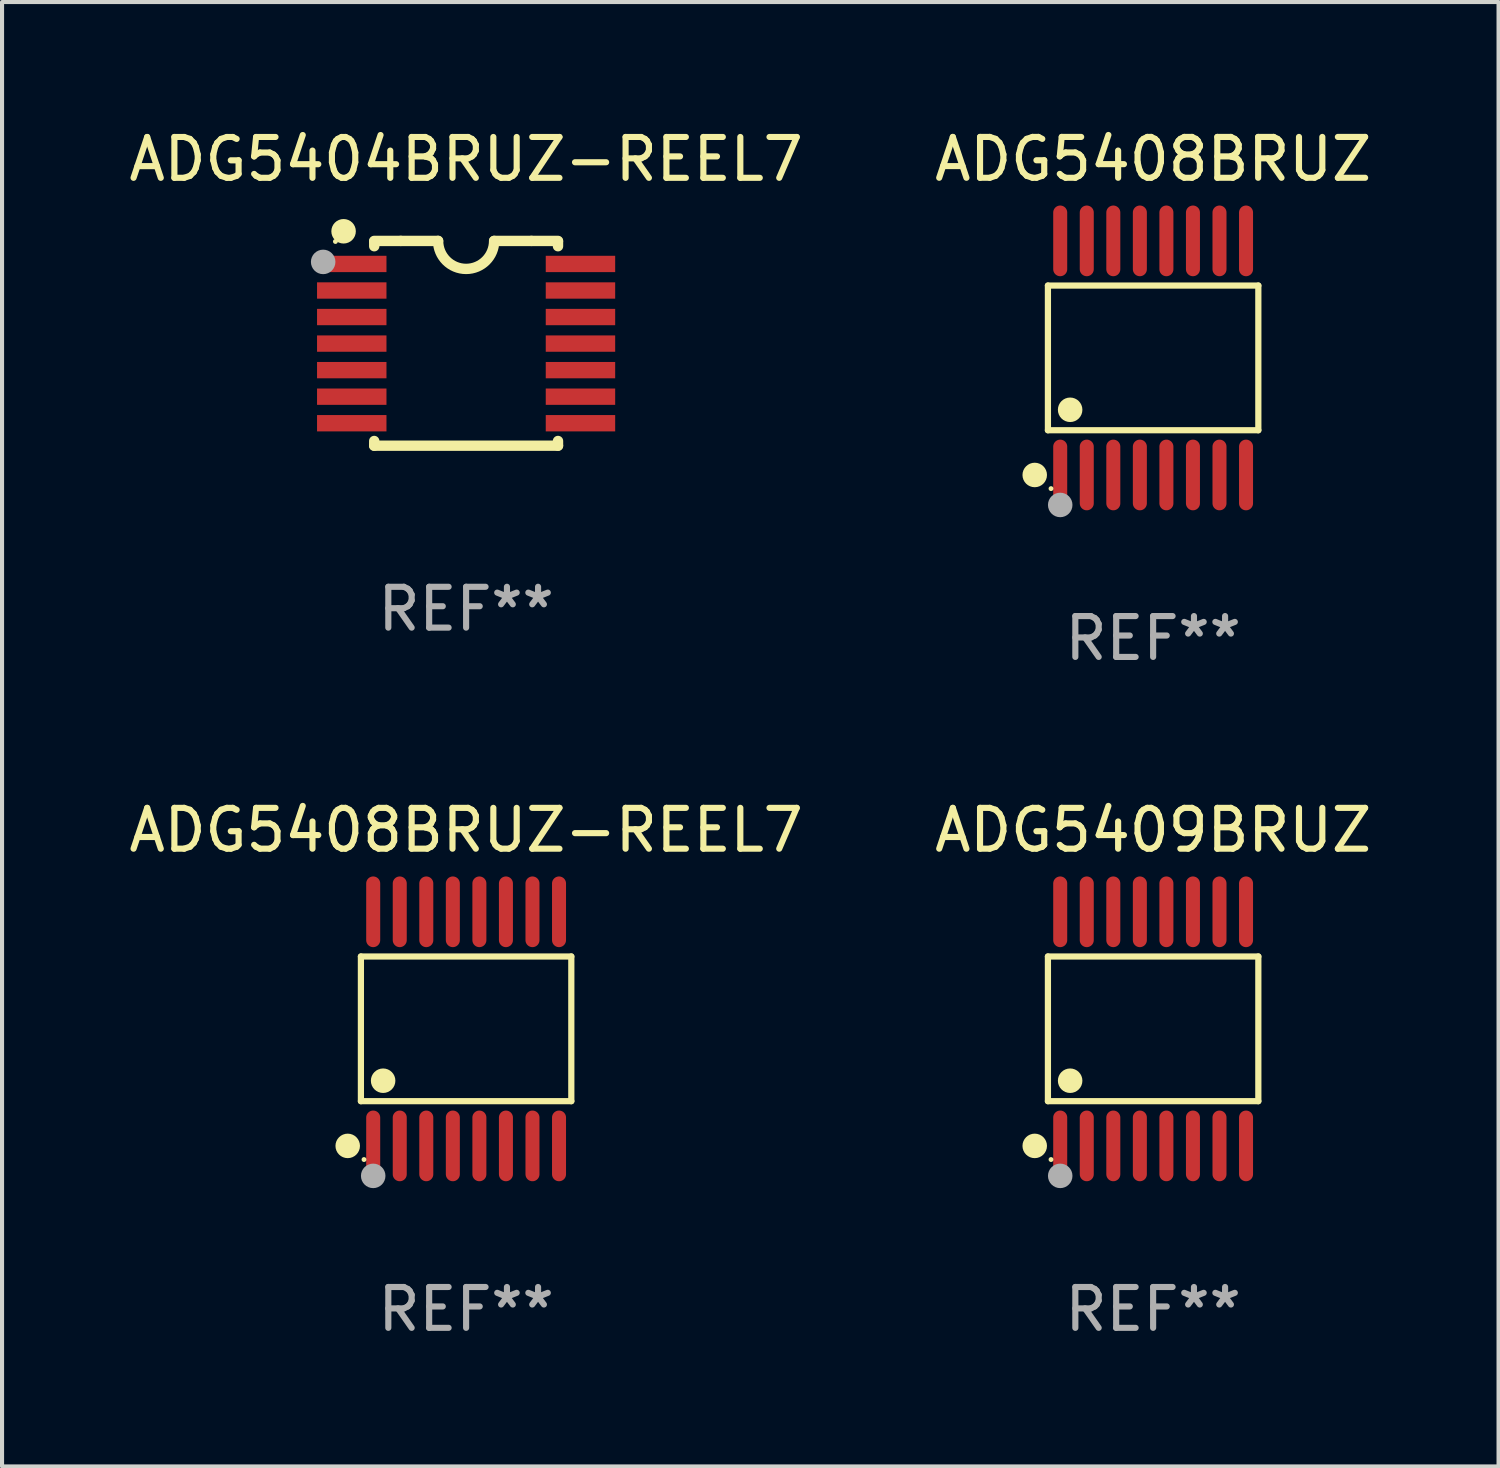
<source format=kicad_pcb>
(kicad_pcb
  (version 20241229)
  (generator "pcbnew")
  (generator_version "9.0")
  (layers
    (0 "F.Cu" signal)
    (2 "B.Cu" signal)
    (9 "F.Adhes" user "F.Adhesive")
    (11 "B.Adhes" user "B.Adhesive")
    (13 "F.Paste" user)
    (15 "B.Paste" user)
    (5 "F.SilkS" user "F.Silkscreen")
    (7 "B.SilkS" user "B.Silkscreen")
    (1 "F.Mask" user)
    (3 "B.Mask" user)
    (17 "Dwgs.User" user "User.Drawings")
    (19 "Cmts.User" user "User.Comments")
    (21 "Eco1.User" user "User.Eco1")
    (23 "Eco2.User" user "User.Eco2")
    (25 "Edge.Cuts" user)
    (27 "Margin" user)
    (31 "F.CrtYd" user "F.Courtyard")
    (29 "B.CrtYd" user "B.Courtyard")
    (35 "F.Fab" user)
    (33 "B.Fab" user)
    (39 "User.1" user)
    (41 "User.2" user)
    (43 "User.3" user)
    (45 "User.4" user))
  (footprint "ADG5408BRUZ-REEL7"
    (layer "F.Cu")
    (at 8.363 22.142)
    (property "Reference" "ADG5408BRUZ-REEL7" (at 0 -4.866 0) (layer "F.SilkS") (effects (font (size 1 1) (thickness 0.15))))
    (attr through_hole)
    (fp_line (start -2.576 -1.772) (end 2.576 -1.772) (stroke (width 0.152) (type solid)) (layer "F.SilkS"))
    (fp_line (start -2.576 1.771) (end -2.576 -1.772) (stroke (width 0.152) (type solid)) (layer "F.SilkS"))
    (fp_line (start 2.576 -1.772) (end 2.576 1.771) (stroke (width 0.152) (type solid)) (layer "F.SilkS"))
    (fp_line (start 2.576 1.771) (end -2.576 1.771) (stroke (width 0.152) (type solid)) (layer "F.SilkS"))
    (fp_circle (center -2.899 2.866) (end -2.749 2.866) (stroke (width 0.3) (type solid)) (fill no) (layer "F.SilkS"))
    (fp_circle (center -2.5 3.2) (end -2.47 3.2) (stroke (width 0.06) (type solid)) (fill no) (layer "F.SilkS"))
    (fp_circle (center -2.032 1.27) (end -1.882 1.27) (stroke (width 0.3) (type solid)) (fill no) (layer "F.SilkS"))
    (fp_circle (center -2.275 3.6) (end -2.125 3.6) (stroke (width 0.3) (type solid)) (fill no) (layer "F.Fab"))
    (fp_text user "REF**" (at 0 6.866 0) (layer "F.Fab") (effects (font (size 1 1) (thickness 0.15))))
    (pad "1" smd oval (at -2.275 2.866) (size 0.343 1.731) (layers "F.Cu" "F.Mask" "F.Paste"))
    (pad "2" smd oval (at -1.625 2.866) (size 0.343 1.731) (layers "F.Cu" "F.Mask" "F.Paste"))
    (pad "3" smd oval (at -0.975 2.866) (size 0.343 1.731) (layers "F.Cu" "F.Mask" "F.Paste"))
    (pad "4" smd oval (at -0.325 2.866) (size 0.343 1.731) (layers "F.Cu" "F.Mask" "F.Paste"))
    (pad "5" smd oval (at 0.325 2.866) (size 0.343 1.731) (layers "F.Cu" "F.Mask" "F.Paste"))
    (pad "6" smd oval (at 0.975 2.866) (size 0.343 1.731) (layers "F.Cu" "F.Mask" "F.Paste"))
    (pad "7" smd oval (at 1.625 2.866) (size 0.343 1.731) (layers "F.Cu" "F.Mask" "F.Paste"))
    (pad "8" smd oval (at 2.275 2.866) (size 0.343 1.731) (layers "F.Cu" "F.Mask" "F.Paste"))
    (pad "9" smd oval (at 2.275 -2.866) (size 0.343 1.731) (layers "F.Cu" "F.Mask" "F.Paste"))
    (pad "10" smd oval (at 1.625 -2.866) (size 0.343 1.731) (layers "F.Cu" "F.Mask" "F.Paste"))
    (pad "11" smd oval (at 0.975 -2.866) (size 0.343 1.731) (layers "F.Cu" "F.Mask" "F.Paste"))
    (pad "12" smd oval (at 0.325 -2.866) (size 0.343 1.731) (layers "F.Cu" "F.Mask" "F.Paste"))
    (pad "13" smd oval (at -0.325 -2.866) (size 0.343 1.731) (layers "F.Cu" "F.Mask" "F.Paste"))
    (pad "14" smd oval (at -0.975 -2.866) (size 0.343 1.731) (layers "F.Cu" "F.Mask" "F.Paste"))
    (pad "15" smd oval (at -1.625 -2.866) (size 0.343 1.731) (layers "F.Cu" "F.Mask" "F.Paste"))
    (pad "16" smd oval (at -2.275 -2.866) (size 0.343 1.731) (layers "F.Cu" "F.Mask" "F.Paste")))
  (footprint "ADG5409BRUZ"
    (layer "F.Cu")
    (at 25.185 22.142)
    (property "Reference" "ADG5409BRUZ" (at 0 -4.866 0) (layer "F.SilkS") (effects (font (size 1 1) (thickness 0.15))))
    (attr through_hole)
    (fp_line (start -2.576 -1.772) (end 2.576 -1.772) (stroke (width 0.152) (type solid)) (layer "F.SilkS"))
    (fp_line (start -2.576 1.771) (end -2.576 -1.772) (stroke (width 0.152) (type solid)) (layer "F.SilkS"))
    (fp_line (start 2.576 -1.772) (end 2.576 1.771) (stroke (width 0.152) (type solid)) (layer "F.SilkS"))
    (fp_line (start 2.576 1.771) (end -2.576 1.771) (stroke (width 0.152) (type solid)) (layer "F.SilkS"))
    (fp_circle (center -2.899 2.866) (end -2.749 2.866) (stroke (width 0.3) (type solid)) (fill no) (layer "F.SilkS"))
    (fp_circle (center -2.5 3.2) (end -2.47 3.2) (stroke (width 0.06) (type solid)) (fill no) (layer "F.SilkS"))
    (fp_circle (center -2.032 1.27) (end -1.882 1.27) (stroke (width 0.3) (type solid)) (fill no) (layer "F.SilkS"))
    (fp_circle (center -2.275 3.6) (end -2.125 3.6) (stroke (width 0.3) (type solid)) (fill no) (layer "F.Fab"))
    (fp_text user "REF**" (at 0 6.866 0) (layer "F.Fab") (effects (font (size 1 1) (thickness 0.15))))
    (pad "1" smd oval (at -2.275 2.866) (size 0.343 1.731) (layers "F.Cu" "F.Mask" "F.Paste"))
    (pad "2" smd oval (at -1.625 2.866) (size 0.343 1.731) (layers "F.Cu" "F.Mask" "F.Paste"))
    (pad "3" smd oval (at -0.975 2.866) (size 0.343 1.731) (layers "F.Cu" "F.Mask" "F.Paste"))
    (pad "4" smd oval (at -0.325 2.866) (size 0.343 1.731) (layers "F.Cu" "F.Mask" "F.Paste"))
    (pad "5" smd oval (at 0.325 2.866) (size 0.343 1.731) (layers "F.Cu" "F.Mask" "F.Paste"))
    (pad "6" smd oval (at 0.975 2.866) (size 0.343 1.731) (layers "F.Cu" "F.Mask" "F.Paste"))
    (pad "7" smd oval (at 1.625 2.866) (size 0.343 1.731) (layers "F.Cu" "F.Mask" "F.Paste"))
    (pad "8" smd oval (at 2.275 2.866) (size 0.343 1.731) (layers "F.Cu" "F.Mask" "F.Paste"))
    (pad "9" smd oval (at 2.275 -2.866) (size 0.343 1.731) (layers "F.Cu" "F.Mask" "F.Paste"))
    (pad "10" smd oval (at 1.625 -2.866) (size 0.343 1.731) (layers "F.Cu" "F.Mask" "F.Paste"))
    (pad "11" smd oval (at 0.975 -2.866) (size 0.343 1.731) (layers "F.Cu" "F.Mask" "F.Paste"))
    (pad "12" smd oval (at 0.325 -2.866) (size 0.343 1.731) (layers "F.Cu" "F.Mask" "F.Paste"))
    (pad "13" smd oval (at -0.325 -2.866) (size 0.343 1.731) (layers "F.Cu" "F.Mask" "F.Paste"))
    (pad "14" smd oval (at -0.975 -2.866) (size 0.343 1.731) (layers "F.Cu" "F.Mask" "F.Paste"))
    (pad "15" smd oval (at -1.625 -2.866) (size 0.343 1.731) (layers "F.Cu" "F.Mask" "F.Paste"))
    (pad "16" smd oval (at -2.275 -2.866) (size 0.343 1.731) (layers "F.Cu" "F.Mask" "F.Paste")))
  (footprint "ADG5404BRUZ-REEL7"
    (layer "F.Cu")
    (at 8.363 5.356)
    (property "Reference" "ADG5404BRUZ-REEL7" (at 0 -4.507 0) (layer "F.SilkS") (effects (font (size 1 1) (thickness 0.15))))
    (attr through_hole)
    (fp_line (start -2.25 -2.377) (end -2.25 -2.493) (stroke (width 0.254) (type solid)) (layer "F.SilkS"))
    (fp_line (start -2.25 2.507) (end -2.25 2.392) (stroke (width 0.254) (type solid)) (layer "F.SilkS"))
    (fp_line (start -1.6 -2.507) (end -2.25 -2.507) (stroke (width 0.254) (type solid)) (layer "F.SilkS"))
    (fp_line (start -1.6 -2.507) (end -0.686 -2.507) (stroke (width 0.254) (type solid)) (layer "F.SilkS"))
    (fp_line (start 0.686 -2.507) (end 1.6 -2.507) (stroke (width 0.254) (type solid)) (layer "F.SilkS"))
    (fp_line (start 1.6 -2.507) (end 2.25 -2.507) (stroke (width 0.254) (type solid)) (layer "F.SilkS"))
    (fp_line (start 2.25 -2.493) (end 2.25 -2.377) (stroke (width 0.254) (type solid)) (layer "F.SilkS"))
    (fp_line (start 2.25 2.392) (end 2.25 2.507) (stroke (width 0.254) (type solid)) (layer "F.SilkS"))
    (fp_line (start 2.25 2.507) (end -2.25 2.507) (stroke (width 0.254) (type solid)) (layer "F.SilkS"))
    (fp_arc (start 0.685852 -2.507303) (mid 0.000051 -1.821502) (end -0.68575 -2.507303) (stroke (width 0.254001) (type solid)) (layer "F.SilkS"))
    (fp_circle (center -3.2 -2.493) (end -3.17 -2.493) (stroke (width 0.06) (type solid)) (fill no) (layer "F.SilkS"))
    (fp_circle (center -3 -2.743) (end -2.85 -2.743) (stroke (width 0.3) (type solid)) (fill no) (layer "F.SilkS"))
    (fp_circle (center -3.5 -1.993) (end -3.35 -1.993) (stroke (width 0.3) (type solid)) (fill no) (layer "F.Fab"))
    (fp_text user "REF**" (at 0 6.507 0) (layer "F.Fab") (effects (font (size 1 1) (thickness 0.15))))
    (pad "1" smd rect (at -2.8 -1.943) (size 1.7 0.4) (layers "F.Cu" "F.Mask" "F.Paste"))
    (pad "2" smd rect (at -2.8 -1.293) (size 1.7 0.4) (layers "F.Cu" "F.Mask" "F.Paste"))
    (pad "3" smd rect (at -2.8 -0.643) (size 1.7 0.4) (layers "F.Cu" "F.Mask" "F.Paste"))
    (pad "4" smd rect (at -2.8 0.007) (size 1.7 0.4) (layers "F.Cu" "F.Mask" "F.Paste"))
    (pad "5" smd rect (at -2.8 0.657) (size 1.7 0.4) (layers "F.Cu" "F.Mask" "F.Paste"))
    (pad "6" smd rect (at -2.8 1.307) (size 1.7 0.4) (layers "F.Cu" "F.Mask" "F.Paste"))
    (pad "7" smd rect (at -2.8 1.957) (size 1.7 0.4) (layers "F.Cu" "F.Mask" "F.Paste"))
    (pad "8" smd rect (at 2.8 1.957) (size 1.7 0.4) (layers "F.Cu" "F.Mask" "F.Paste"))
    (pad "9" smd rect (at 2.8 1.307) (size 1.7 0.4) (layers "F.Cu" "F.Mask" "F.Paste"))
    (pad "10" smd rect (at 2.8 0.657) (size 1.7 0.4) (layers "F.Cu" "F.Mask" "F.Paste"))
    (pad "11" smd rect (at 2.8 0.007) (size 1.7 0.4) (layers "F.Cu" "F.Mask" "F.Paste"))
    (pad "12" smd rect (at 2.8 -0.643) (size 1.7 0.4) (layers "F.Cu" "F.Mask" "F.Paste"))
    (pad "13" smd rect (at 2.8 -1.293) (size 1.7 0.4) (layers "F.Cu" "F.Mask" "F.Paste"))
    (pad "14" smd rect (at 2.8 -1.943) (size 1.7 0.4) (layers "F.Cu" "F.Mask" "F.Paste")))
  (footprint "ADG5408BRUZ"
    (layer "F.Cu")
    (at 25.185 5.714)
    (property "Reference" "ADG5408BRUZ" (at 0 -4.866 0) (layer "F.SilkS") (effects (font (size 1 1) (thickness 0.15))))
    (attr through_hole)
    (fp_line (start -2.576 -1.772) (end 2.576 -1.772) (stroke (width 0.152) (type solid)) (layer "F.SilkS"))
    (fp_line (start -2.576 1.771) (end -2.576 -1.772) (stroke (width 0.152) (type solid)) (layer "F.SilkS"))
    (fp_line (start 2.576 -1.772) (end 2.576 1.771) (stroke (width 0.152) (type solid)) (layer "F.SilkS"))
    (fp_line (start 2.576 1.771) (end -2.576 1.771) (stroke (width 0.152) (type solid)) (layer "F.SilkS"))
    (fp_circle (center -2.899 2.866) (end -2.749 2.866) (stroke (width 0.3) (type solid)) (fill no) (layer "F.SilkS"))
    (fp_circle (center -2.5 3.2) (end -2.47 3.2) (stroke (width 0.06) (type solid)) (fill no) (layer "F.SilkS"))
    (fp_circle (center -2.032 1.27) (end -1.882 1.27) (stroke (width 0.3) (type solid)) (fill no) (layer "F.SilkS"))
    (fp_circle (center -2.275 3.6) (end -2.125 3.6) (stroke (width 0.3) (type solid)) (fill no) (layer "F.Fab"))
    (fp_text user "REF**" (at 0 6.866 0) (layer "F.Fab") (effects (font (size 1 1) (thickness 0.15))))
    (pad "1" smd oval (at -2.275 2.866) (size 0.343 1.731) (layers "F.Cu" "F.Mask" "F.Paste"))
    (pad "2" smd oval (at -1.625 2.866) (size 0.343 1.731) (layers "F.Cu" "F.Mask" "F.Paste"))
    (pad "3" smd oval (at -0.975 2.866) (size 0.343 1.731) (layers "F.Cu" "F.Mask" "F.Paste"))
    (pad "4" smd oval (at -0.325 2.866) (size 0.343 1.731) (layers "F.Cu" "F.Mask" "F.Paste"))
    (pad "5" smd oval (at 0.325 2.866) (size 0.343 1.731) (layers "F.Cu" "F.Mask" "F.Paste"))
    (pad "6" smd oval (at 0.975 2.866) (size 0.343 1.731) (layers "F.Cu" "F.Mask" "F.Paste"))
    (pad "7" smd oval (at 1.625 2.866) (size 0.343 1.731) (layers "F.Cu" "F.Mask" "F.Paste"))
    (pad "8" smd oval (at 2.275 2.866) (size 0.343 1.731) (layers "F.Cu" "F.Mask" "F.Paste"))
    (pad "9" smd oval (at 2.275 -2.866) (size 0.343 1.731) (layers "F.Cu" "F.Mask" "F.Paste"))
    (pad "10" smd oval (at 1.625 -2.866) (size 0.343 1.731) (layers "F.Cu" "F.Mask" "F.Paste"))
    (pad "11" smd oval (at 0.975 -2.866) (size 0.343 1.731) (layers "F.Cu" "F.Mask" "F.Paste"))
    (pad "12" smd oval (at 0.325 -2.866) (size 0.343 1.731) (layers "F.Cu" "F.Mask" "F.Paste"))
    (pad "13" smd oval (at -0.325 -2.866) (size 0.343 1.731) (layers "F.Cu" "F.Mask" "F.Paste"))
    (pad "14" smd oval (at -0.975 -2.866) (size 0.343 1.731) (layers "F.Cu" "F.Mask" "F.Paste"))
    (pad "15" smd oval (at -1.625 -2.866) (size 0.343 1.731) (layers "F.Cu" "F.Mask" "F.Paste"))
    (pad "16" smd oval (at -2.275 -2.866) (size 0.343 1.731) (layers "F.Cu" "F.Mask" "F.Paste")))
  (gr_rect
    (start -3 -3)
    (end 33.643 32.856)
    (stroke (width 0.1) (type default))
    (fill no)
    (layer "Edge.Cuts")))
</source>
